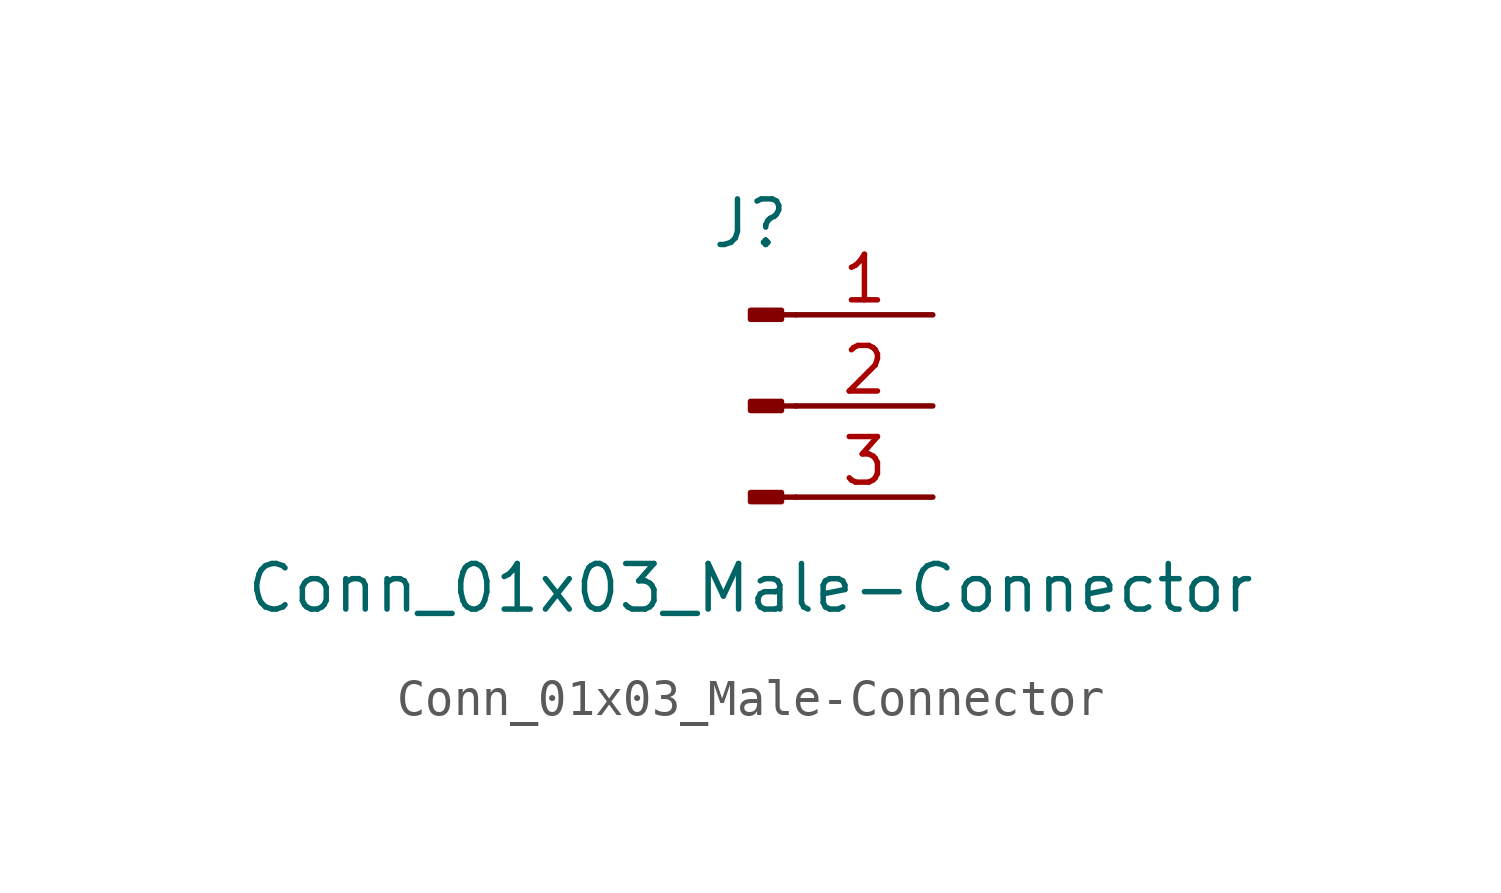
<source format=kicad_sym>
(kicad_symbol_lib
  (version 20201005)
  (generator kicad_symbol_editor)
  (symbol "Conn_01x03_Male-Connector"
    (pin_names
      (offset 1.016) hide)
    (property "Reference" "J"
      (at 0 5.08 0)
      (effects (font (size 1.27 1.27))))
    (property "Value" "Conn_01x03_Male-Connector"
      (at 0 -5.08 0)
      (effects (font (size 1.27 1.27))))
    (symbol "Conn_01x03_Male-Connector_1_1"
      (rectangle (start 0.864 -2.413) (end 0 -2.667) (stroke (width 0.152)) (fill (type outline)))
      (rectangle (start 0.864 0.127) (end 0 -0.127) (stroke (width 0.152)) (fill (type outline)))
      (rectangle (start 0.864 2.667) (end 0 2.413) (stroke (width 0.152)) (fill (type outline)))
      (polyline (pts (xy 1.27 -2.54) (xy 0.864 -2.54)) (stroke (width 0.152)) (fill (type none)))
      (polyline (pts (xy 1.27 0) (xy 0.864 0)) (stroke (width 0.152)) (fill (type none)))
      (polyline (pts (xy 1.27 2.54) (xy 0.864 2.54)) (stroke (width 0.152)) (fill (type none)))
      (pin passive line (at 5.08 2.54 180) (length 3.81) (name "Pin_1" (effects (font (size 1.27 1.27)))) (number "1" (effects (font (size 1.27 1.27)))))
      (pin passive line (at 5.08 0 180) (length 3.81) (name "Pin_2" (effects (font (size 1.27 1.27)))) (number "2" (effects (font (size 1.27 1.27)))))
      (pin passive line (at 5.08 -2.54 180) (length 3.81) (name "Pin_3" (effects (font (size 1.27 1.27)))) (number "3" (effects (font (size 1.27 1.27))))))))
</source>
